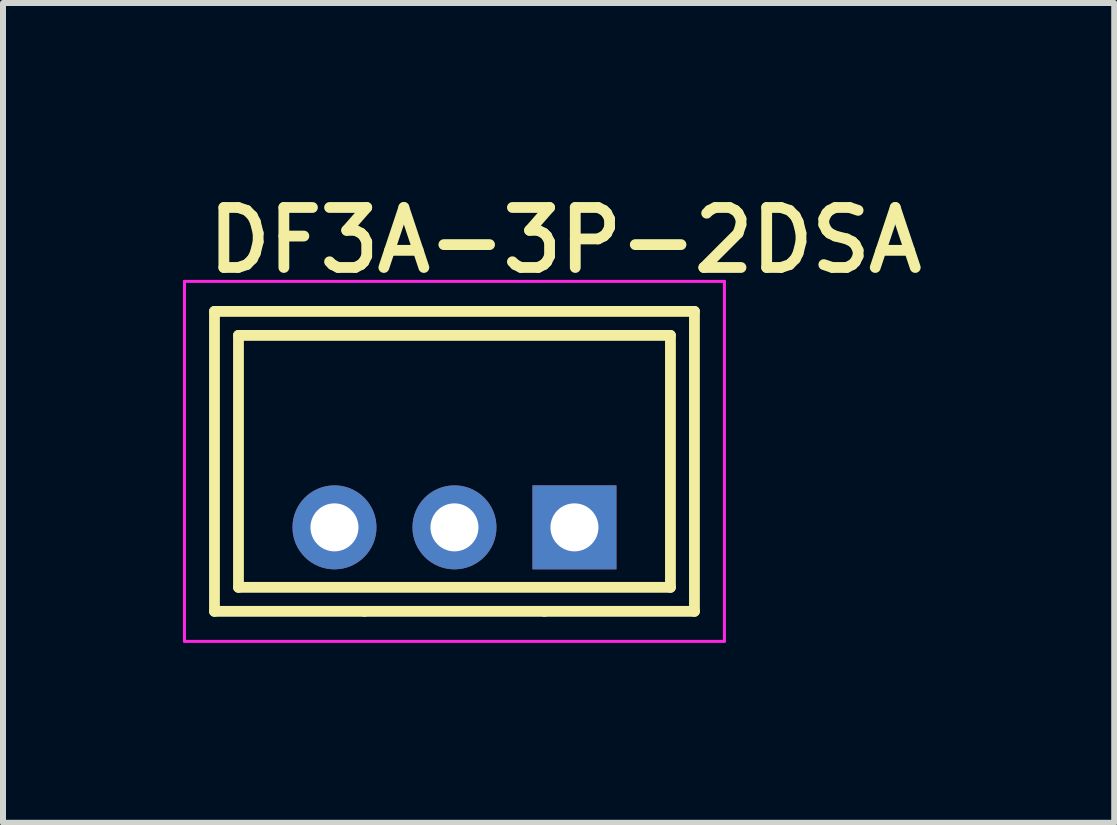
<source format=kicad_pcb>
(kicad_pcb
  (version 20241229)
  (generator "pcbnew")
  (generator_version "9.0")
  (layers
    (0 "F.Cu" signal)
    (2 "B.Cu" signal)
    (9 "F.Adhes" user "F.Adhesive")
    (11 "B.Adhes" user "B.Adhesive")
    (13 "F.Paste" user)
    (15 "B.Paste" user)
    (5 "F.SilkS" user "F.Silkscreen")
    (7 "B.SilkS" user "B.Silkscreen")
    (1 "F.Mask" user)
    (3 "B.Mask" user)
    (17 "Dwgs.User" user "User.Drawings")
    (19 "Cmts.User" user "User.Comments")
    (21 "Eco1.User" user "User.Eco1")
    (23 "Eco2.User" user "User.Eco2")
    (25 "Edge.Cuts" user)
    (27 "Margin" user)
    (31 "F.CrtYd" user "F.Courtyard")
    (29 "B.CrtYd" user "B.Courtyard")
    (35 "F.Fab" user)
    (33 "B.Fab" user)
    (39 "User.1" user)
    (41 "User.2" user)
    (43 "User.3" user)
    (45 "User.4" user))
  (footprint "DF3A-3P-2DSA"
    (layer "F.Cu")
    (at 4.525 5.74)
    (property "Reference" "DF3A-3P-2DSA" (at -4.2 -4.2 0) (layer "F.SilkS") (effects (font (size 1 1) (thickness 0.18)) (justify left bottom)))
    (attr through_hole)
    (fp_line (start -4 -3.6) (end 4 -3.6) (stroke (width 0.18) (type solid)) (layer "F.SilkS"))
    (fp_line (start -4 1.4) (end -4 -3.6) (stroke (width 0.18) (type solid)) (layer "F.SilkS"))
    (fp_line (start -3.6 -3.2) (end -3.6 1) (stroke (width 0.18) (type solid)) (layer "F.SilkS"))
    (fp_line (start -3.6 -3.2) (end 3.6 -3.2) (stroke (width 0.18) (type solid)) (layer "F.SilkS"))
    (fp_line (start -3.6 1) (end 3.6 1) (stroke (width 0.18) (type solid)) (layer "F.SilkS"))
    (fp_line (start -1.5 1.4) (end -4 1.4) (stroke (width 0.18) (type solid)) (layer "F.SilkS"))
    (fp_line (start 1.5 1.4) (end -1.5 1.4) (stroke (width 0.18) (type solid)) (layer "F.SilkS"))
    (fp_line (start 3.6 -3.2) (end 3.6 1) (stroke (width 0.18) (type solid)) (layer "F.SilkS"))
    (fp_line (start 4 -3.6) (end 4 1.4) (stroke (width 0.18) (type solid)) (layer "F.SilkS"))
    (fp_line (start 4 1.4) (end 1.5 1.4) (stroke (width 0.18) (type solid)) (layer "F.SilkS"))
    (fp_line (start -4.5 -4.1) (end 4.5 -4.1) (stroke (width 0.05) (type solid)) (layer "F.CrtYd"))
    (fp_line (start -4.5 1.9) (end -4.5 -4.1) (stroke (width 0.05) (type solid)) (layer "F.CrtYd"))
    (fp_line (start 4.5 -4.1) (end 4.5 1.9) (stroke (width 0.05) (type solid)) (layer "F.CrtYd"))
    (fp_line (start 4.5 1.9) (end -4.5 1.9) (stroke (width 0.05) (type solid)) (layer "F.CrtYd"))
    (pad "1" thru_hole rect (at 2 0) (size 1.4 1.4) (drill 0.8) (layers "*.Cu" "*.Mask"))
    (pad "2" thru_hole circle (at 0 0) (size 1.4 1.4) (drill 0.8) (layers "*.Cu" "*.Mask"))
    (pad "3" thru_hole circle (at -2 0) (size 1.4 1.4) (drill 0.8) (layers "*.Cu" "*.Mask")))
  (gr_rect
    (start -3 -3)
    (end 15.522 10.665)
    (stroke (width 0.1) (type default))
    (fill no)
    (layer "Edge.Cuts")))
</source>
